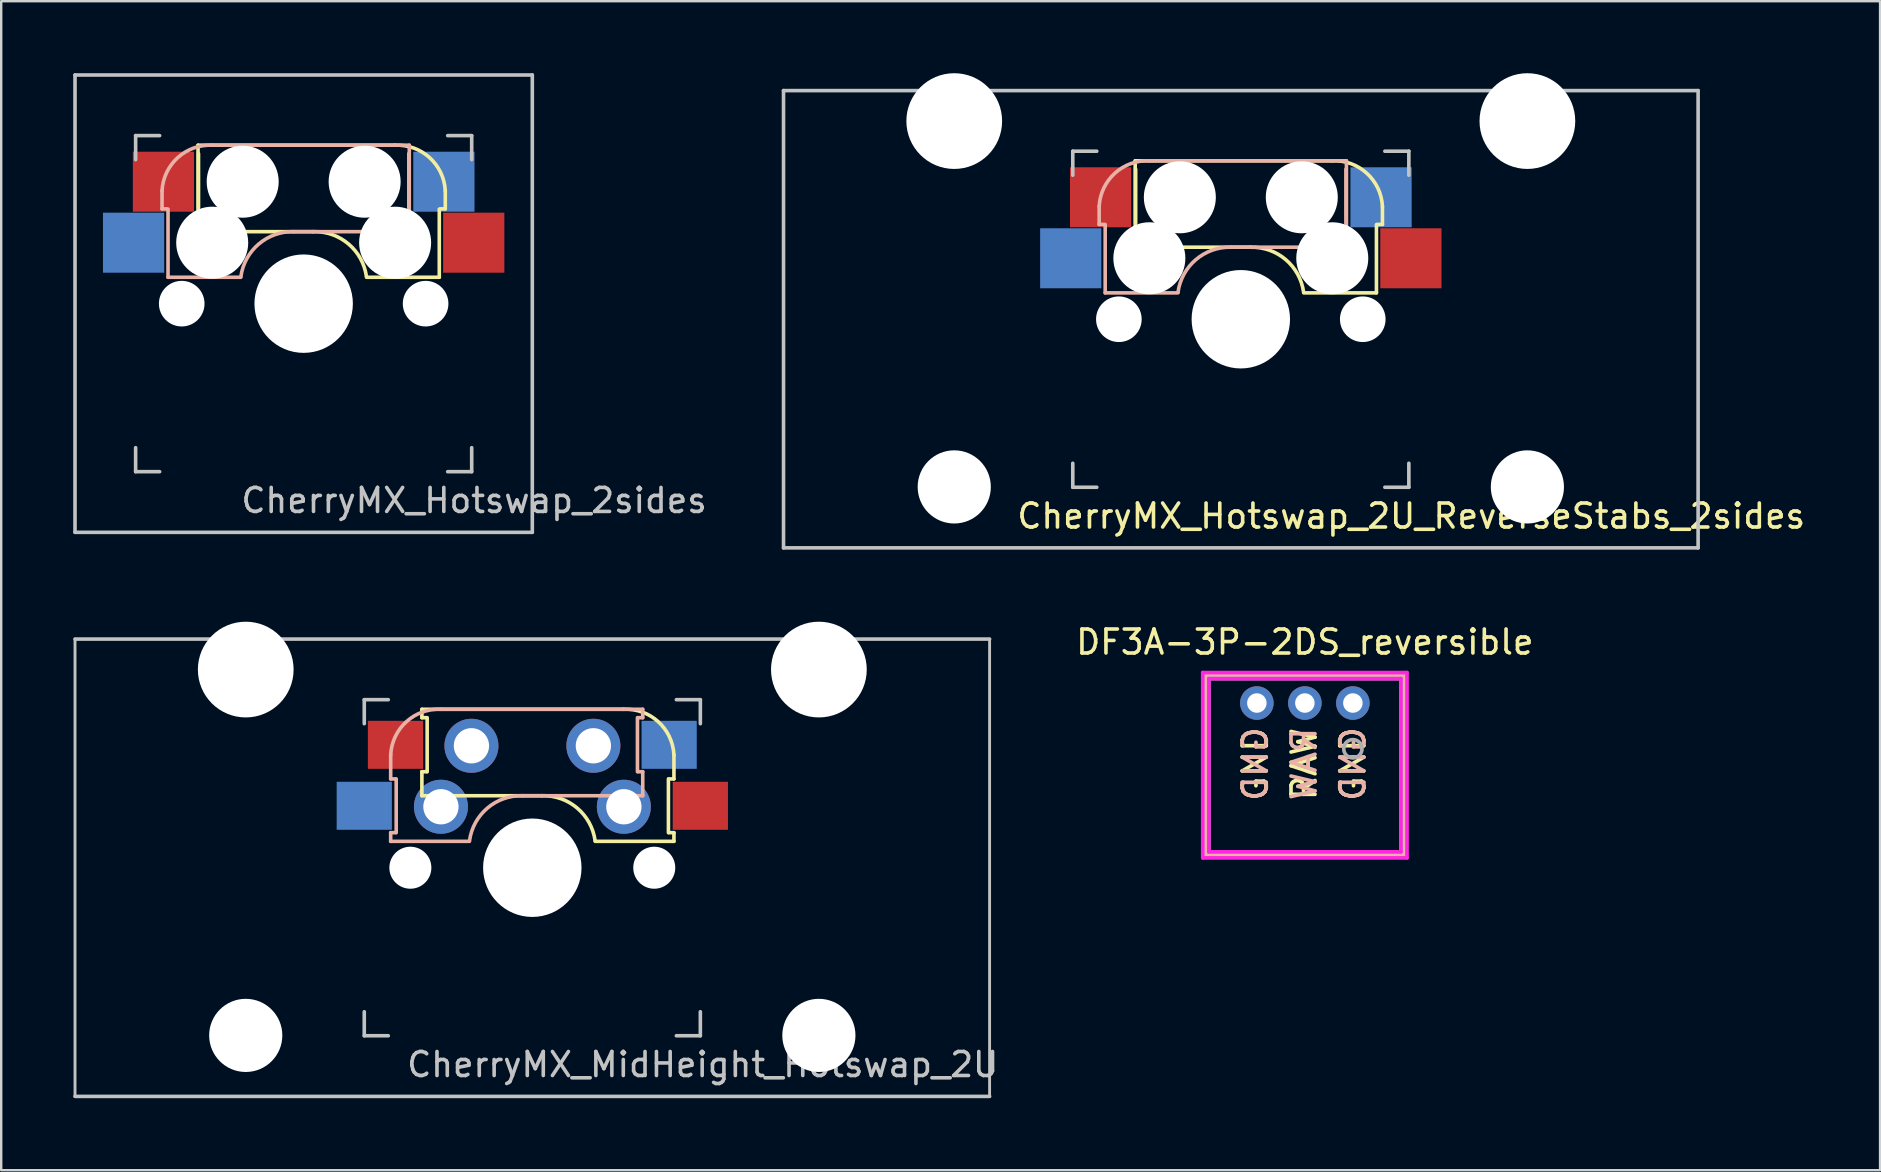
<source format=kicad_pcb>
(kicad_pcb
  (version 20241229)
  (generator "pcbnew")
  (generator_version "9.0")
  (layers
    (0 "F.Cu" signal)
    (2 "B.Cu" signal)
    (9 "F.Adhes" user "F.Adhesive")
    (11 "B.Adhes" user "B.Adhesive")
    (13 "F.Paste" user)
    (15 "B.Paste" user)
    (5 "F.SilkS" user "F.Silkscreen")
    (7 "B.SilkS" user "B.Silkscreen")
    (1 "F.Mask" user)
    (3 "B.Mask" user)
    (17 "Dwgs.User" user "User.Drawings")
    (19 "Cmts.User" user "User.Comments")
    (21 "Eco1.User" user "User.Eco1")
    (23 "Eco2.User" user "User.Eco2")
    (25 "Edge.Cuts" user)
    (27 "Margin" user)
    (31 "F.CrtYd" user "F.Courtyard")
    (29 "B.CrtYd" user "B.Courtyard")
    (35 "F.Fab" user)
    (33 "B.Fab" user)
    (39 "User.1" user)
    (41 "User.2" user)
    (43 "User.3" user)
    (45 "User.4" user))
  (footprint "CherryMX_MidHeight_Hotswap_2U"
    (layer "F.Cu")
    (at 19.125 33.098)
    (property "Reference" "CherryMX_MidHeight_Hotswap_2U" (at 7.1 8.2 0) (layer "Dwgs.User") (effects (font (size 1 1) (thickness 0.15))))
    (attr through_hole)
    (fp_line (start -4.6 -6.6) (end 3.8 -6.6) (stroke (width 0.15) (type solid)) (layer "F.SilkS"))
    (fp_line (start -4.6 -6.25) (end -4.6 -6.6) (stroke (width 0.15) (type solid)) (layer "F.SilkS"))
    (fp_line (start -4.6 -4) (end -4.4 -4) (stroke (width 0.15) (type solid)) (layer "F.SilkS"))
    (fp_line (start -4.6 -3) (end -4.6 -4) (stroke (width 0.15) (type solid)) (layer "F.SilkS"))
    (fp_line (start -4.4 -6.25) (end -4.6 -6.25) (stroke (width 0.15) (type solid)) (layer "F.SilkS"))
    (fp_line (start -4.38 -4) (end -4.38 -6.25) (stroke (width 0.15) (type solid)) (layer "F.SilkS"))
    (fp_line (start 0.4 -3) (end -4.6 -3) (stroke (width 0.15) (type solid)) (layer "F.SilkS"))
    (fp_line (start 5.67 -3.7) (end 5.67 -1.46) (stroke (width 0.15) (type solid)) (layer "F.SilkS"))
    (fp_line (start 5.7 -1.46) (end 5.9 -1.46) (stroke (width 0.15) (type solid)) (layer "F.SilkS"))
    (fp_line (start 5.9 -4.7) (end 5.9 -3.7) (stroke (width 0.15) (type solid)) (layer "F.SilkS"))
    (fp_line (start 5.9 -3.7) (end 5.7 -3.7) (stroke (width 0.15) (type solid)) (layer "F.SilkS"))
    (fp_line (start 5.9 -1.1) (end 2.62 -1.1) (stroke (width 0.15) (type solid)) (layer "F.SilkS"))
    (fp_line (start 5.9 -1.1) (end 5.9 -1.46) (stroke (width 0.15) (type solid)) (layer "F.SilkS"))
    (fp_arc (start 0.4 -3) (mid 1.868709 -2.486118) (end 2.616318 -1.121471) (stroke (width 0.15) (type solid)) (layer "F.SilkS"))
    (fp_arc (start 3.8 -6.600001) (mid 5.243504 -6.084925) (end 5.900001 -4.7) (stroke (width 0.15) (type solid)) (layer "F.SilkS"))
    (fp_line (start -5.9 -4.7) (end -5.9 -3.7) (stroke (width 0.15) (type solid)) (layer "B.SilkS"))
    (fp_line (start -5.9 -3.7) (end -5.7 -3.7) (stroke (width 0.15) (type solid)) (layer "B.SilkS"))
    (fp_line (start -5.9 -1.1) (end -5.9 -1.46) (stroke (width 0.15) (type solid)) (layer "B.SilkS"))
    (fp_line (start -5.9 -1.1) (end -2.62 -1.1) (stroke (width 0.15) (type solid)) (layer "B.SilkS"))
    (fp_line (start -5.7 -1.46) (end -5.9 -1.46) (stroke (width 0.15) (type solid)) (layer "B.SilkS"))
    (fp_line (start -5.67 -3.7) (end -5.67 -1.46) (stroke (width 0.15) (type solid)) (layer "B.SilkS"))
    (fp_line (start -0.4 -3) (end 4.6 -3) (stroke (width 0.15) (type solid)) (layer "B.SilkS"))
    (fp_line (start 4.38 -4) (end 4.38 -6.25) (stroke (width 0.15) (type solid)) (layer "B.SilkS"))
    (fp_line (start 4.4 -6.25) (end 4.6 -6.25) (stroke (width 0.15) (type solid)) (layer "B.SilkS"))
    (fp_line (start 4.6 -6.6) (end -3.8 -6.6) (stroke (width 0.15) (type solid)) (layer "B.SilkS"))
    (fp_line (start 4.6 -6.25) (end 4.6 -6.6) (stroke (width 0.15) (type solid)) (layer "B.SilkS"))
    (fp_line (start 4.6 -4) (end 4.4 -4) (stroke (width 0.15) (type solid)) (layer "B.SilkS"))
    (fp_line (start 4.6 -3) (end 4.6 -4) (stroke (width 0.15) (type solid)) (layer "B.SilkS"))
    (fp_arc (start -5.9 -4.699999) (mid -5.243504 -6.084924) (end -3.800001 -6.6) (stroke (width 0.15) (type solid)) (layer "B.SilkS"))
    (fp_arc (start -2.616318 -1.121471) (mid -1.868709 -2.486118) (end -0.4 -3) (stroke (width 0.15) (type solid)) (layer "B.SilkS"))
    (fp_line (start -19.05 -9.525) (end -19.05 9.525) (stroke (width 0.12) (type solid)) (layer "Dwgs.User"))
    (fp_line (start -19.05 -9.525) (end 19.05 -9.525) (stroke (width 0.15) (type solid)) (layer "Dwgs.User"))
    (fp_line (start -7 -7) (end -6 -7) (stroke (width 0.15) (type solid)) (layer "Dwgs.User"))
    (fp_line (start -7 -6) (end -7 -7) (stroke (width 0.15) (type solid)) (layer "Dwgs.User"))
    (fp_line (start -7 6) (end -7 7) (stroke (width 0.15) (type solid)) (layer "Dwgs.User"))
    (fp_line (start -7 7) (end -6 7) (stroke (width 0.15) (type solid)) (layer "Dwgs.User"))
    (fp_line (start 6 7) (end 7 7) (stroke (width 0.15) (type solid)) (layer "Dwgs.User"))
    (fp_line (start 7 -7) (end 6 -7) (stroke (width 0.15) (type solid)) (layer "Dwgs.User"))
    (fp_line (start 7 -7) (end 7 -6) (stroke (width 0.15) (type solid)) (layer "Dwgs.User"))
    (fp_line (start 7 7) (end 7 6) (stroke (width 0.15) (type solid)) (layer "Dwgs.User"))
    (fp_line (start 19.05 -9.525) (end 19.05 9.525) (stroke (width 0.12) (type solid)) (layer "Dwgs.User"))
    (fp_line (start 19.05 9.525) (end -19.05 9.525) (stroke (width 0.15) (type solid)) (layer "Dwgs.User"))
    (pad "" np_thru_hole circle (at -11.938 -8.255) (size 3.988 3.988) (drill 3.988) (layers "*.Cu" "*.Mask"))
    (pad "" np_thru_hole circle (at -11.938 6.985) (size 3.048 3.048) (drill 3.048) (layers "*.Cu" "*.Mask"))
    (pad "" np_thru_hole circle (at -5.08 0) (size 1.75 1.75) (drill 1.75) (layers "*.Cu" "*.Mask"))
    (pad "" np_thru_hole circle (at 0 0 90) (size 4.1 4.1) (drill 4.1) (layers "*.Cu" "*.Mask"))
    (pad "" np_thru_hole circle (at 5.08 0) (size 1.75 1.75) (drill 1.75) (layers "*.Cu" "*.Mask"))
    (pad "" np_thru_hole circle (at 11.938 -8.255) (size 3.988 3.988) (drill 3.988) (layers "*.Cu" "*.Mask"))
    (pad "" np_thru_hole circle (at 11.938 6.985) (size 3.048 3.048) (drill 3.048) (layers "*.Cu" "*.Mask"))
    (pad "1" smd rect (at -7 -2.58 180) (size 2.3 2) (layers "B.Cu" "B.Mask" "B.Paste"))
    (pad "1" thru_hole circle (at -3.806 -2.54) (size 2.25 2.25) (drill 1.47) (layers "*.Cu" "B.Mask"))
    (pad "1" thru_hole circle (at 3.814 -2.54) (size 2.25 2.25) (drill 1.47) (layers "*.Cu" "B.Mask"))
    (pad "1" smd rect (at 7 -2.58 180) (size 2.3 2) (layers "F.Cu" "F.Mask" "F.Paste"))
    (pad "2" smd rect (at -5.7 -5.12 180) (size 2.3 2) (layers "F.Cu" "F.Mask" "F.Paste"))
    (pad "2" thru_hole circle (at -2.536 -5.08) (size 2.25 2.25) (drill 1.47) (layers "*.Cu" "B.Mask"))
    (pad "2" thru_hole circle (at 2.544 -5.08) (size 2.25 2.25) (drill 1.47) (layers "*.Cu" "B.Mask"))
    (pad "2" smd rect (at 5.7 -5.12 180) (size 2.3 2) (layers "B.Cu" "B.Mask" "B.Paste")))
  (footprint "DF3A-3P-2DS_reversible"
    (layer "F.Cu")
    (at 53.308 26.237)
    (property "Reference" "DF3A-3P-2DS_reversible" (at -2 -2.54 180) (layer "F.SilkS") (effects (font (size 1 1) (thickness 0.15))))
    (attr through_hole)
    (fp_line (start -6.128 -1.143) (end -6.128 6.325) (stroke (width 0.152) (type solid)) (layer "F.SilkS"))
    (fp_line (start -6.128 6.325) (end 2.127 6.325) (stroke (width 0.152) (type solid)) (layer "F.SilkS"))
    (fp_line (start 2.127 -1.143) (end -6.128 -1.143) (stroke (width 0.152) (type solid)) (layer "F.SilkS"))
    (fp_line (start 2.127 6.325) (end 2.127 -1.143) (stroke (width 0.152) (type solid)) (layer "F.SilkS"))
    (fp_line (start -6.128 -1.143) (end -6.128 6.325) (stroke (width 0.152) (type solid)) (layer "B.SilkS"))
    (fp_line (start -6.128 6.325) (end 2.127 6.325) (stroke (width 0.152) (type solid)) (layer "B.SilkS"))
    (fp_line (start 2.127 -1.143) (end -6.128 -1.143) (stroke (width 0.152) (type solid)) (layer "B.SilkS"))
    (fp_line (start 2.127 6.325) (end 2.127 -1.143) (stroke (width 0.152) (type solid)) (layer "B.SilkS"))
    (fp_line (start -6.255 -1.27) (end -6.255 6.452) (stroke (width 0.152) (type solid)) (layer "F.CrtYd"))
    (fp_line (start -6.255 6.452) (end 2.255 6.452) (stroke (width 0.152) (type solid)) (layer "F.CrtYd"))
    (fp_line (start -6 -1.016) (end -6 6.198) (stroke (width 0.152) (type solid)) (layer "F.CrtYd"))
    (fp_line (start -6 6.198) (end 2.001 6.198) (stroke (width 0.152) (type solid)) (layer "F.CrtYd"))
    (fp_line (start 2.001 -1.016) (end -6 -1.016) (stroke (width 0.152) (type solid)) (layer "F.CrtYd"))
    (fp_line (start 2.001 6.198) (end 2.001 -1.016) (stroke (width 0.152) (type solid)) (layer "F.CrtYd"))
    (fp_line (start 2.255 -1.27) (end -6.255 -1.27) (stroke (width 0.152) (type solid)) (layer "F.CrtYd"))
    (fp_line (start 2.255 6.452) (end 2.255 -1.27) (stroke (width 0.152) (type solid)) (layer "F.CrtYd"))
    (fp_line (start -6 -1.016) (end -6 6.198) (stroke (width 0.152) (type solid)) (layer "F.Fab"))
    (fp_line (start -6 6.198) (end 2.001 6.198) (stroke (width 0.152) (type solid)) (layer "F.Fab"))
    (fp_line (start 2.001 -1.016) (end -6 -1.016) (stroke (width 0.152) (type solid)) (layer "F.Fab"))
    (fp_line (start 2.001 6.198) (end 2.001 -1.016) (stroke (width 0.152) (type solid)) (layer "F.Fab"))
    (fp_circle (center 0 1.905) (end 0.381 1.905) (stroke (width 0.152) (type solid)) (fill no) (layer "F.Fab"))
    (fp_text user "GND" (at 0 2.54 90) (layer "F.SilkS") (effects (font (size 1 1) (thickness 0.153))))
    (fp_text user "GND" (at -4.064 2.54 90) (layer "F.SilkS") (effects (font (size 1 1) (thickness 0.153))))
    (fp_text user "RAW" (at -2.032 2.54 90) (layer "F.SilkS") (effects (font (size 1 1) (thickness 0.153))))
    (fp_text user "GND" (at 0 2.54 90) (layer "B.SilkS") (effects (font (size 1 1) (thickness 0.153)) (justify mirror)))
    (fp_text user "RAW" (at -2.032 2.54 90) (layer "B.SilkS") (effects (font (size 1 1) (thickness 0.153)) (justify mirror)))
    (fp_text user "GND" (at -4.064 2.54 90) (layer "B.SilkS") (effects (font (size 1 1) (thickness 0.153)) (justify mirror)))
    (pad "1" thru_hole circle (at -2 0) (size 1.397 1.397) (drill 0.813) (layers "*.Cu" "*.Mask"))
    (pad "2" thru_hole circle (at -4 0) (size 1.397 1.397) (drill 0.813) (layers "*.Cu" "*.Mask"))
    (pad "2" thru_hole circle (at 0.000001 0) (size 1.397 1.397) (drill 0.813) (layers "*.Cu" "*.Mask")))
  (footprint "CherryMX_Hotswap_2sides"
    (layer "F.Cu")
    (at 9.6 9.6)
    (property "Reference" "CherryMX_Hotswap_2sides" (at 7.1 8.2 0) (layer "Dwgs.User") (effects (font (size 1 1) (thickness 0.15))))
    (attr through_hole)
    (fp_line (start -4.4 -6.6) (end 3.8 -6.6) (stroke (width 0.15) (type solid)) (layer "F.SilkS"))
    (fp_line (start -4.4 -3) (end -4.4 -6.6) (stroke (width 0.15) (type solid)) (layer "F.SilkS"))
    (fp_line (start -4.38 -4) (end -4.38 -6.25) (stroke (width 0.15) (type solid)) (layer "F.SilkS"))
    (fp_line (start 0.4 -3) (end -4.4 -3) (stroke (width 0.15) (type solid)) (layer "F.SilkS"))
    (fp_line (start 5.65 -3.937) (end 5.65 -1.1) (stroke (width 0.15) (type solid)) (layer "F.SilkS"))
    (fp_line (start 5.65 -1.1) (end 2.62 -1.1) (stroke (width 0.15) (type solid)) (layer "F.SilkS"))
    (fp_line (start 5.9 -4.7) (end 5.9 -3.95) (stroke (width 0.15) (type solid)) (layer "F.SilkS"))
    (fp_line (start 5.9 -3.95) (end 5.7 -3.95) (stroke (width 0.15) (type solid)) (layer "F.SilkS"))
    (fp_arc (start 0.4 -3) (mid 1.868709 -2.486118) (end 2.616318 -1.121471) (stroke (width 0.15) (type solid)) (layer "F.SilkS"))
    (fp_arc (start 3.800001 -6.6) (mid 5.243504 -6.084924) (end 5.9 -4.699999) (stroke (width 0.15) (type solid)) (layer "F.SilkS"))
    (fp_line (start -5.9 -4.7) (end -5.9 -3.95) (stroke (width 0.15) (type solid)) (layer "B.SilkS"))
    (fp_line (start -5.9 -3.95) (end -5.7 -3.95) (stroke (width 0.15) (type solid)) (layer "B.SilkS"))
    (fp_line (start -5.65 -3.937) (end -5.65 -1.1) (stroke (width 0.15) (type solid)) (layer "B.SilkS"))
    (fp_line (start -5.65 -1.1) (end -2.62 -1.1) (stroke (width 0.15) (type solid)) (layer "B.SilkS"))
    (fp_line (start -0.4 -3) (end 4.4 -3) (stroke (width 0.15) (type solid)) (layer "B.SilkS"))
    (fp_line (start 4.38 -4) (end 4.38 -6.25) (stroke (width 0.15) (type solid)) (layer "B.SilkS"))
    (fp_line (start 4.4 -6.6) (end -3.8 -6.6) (stroke (width 0.15) (type solid)) (layer "B.SilkS"))
    (fp_line (start 4.4 -3) (end 4.4 -6.6) (stroke (width 0.15) (type solid)) (layer "B.SilkS"))
    (fp_arc (start -5.9 -4.699999) (mid -5.243504 -6.084924) (end -3.800001 -6.6) (stroke (width 0.15) (type solid)) (layer "B.SilkS"))
    (fp_arc (start -2.616318 -1.121471) (mid -1.868709 -2.486118) (end -0.4 -3) (stroke (width 0.15) (type solid)) (layer "B.SilkS"))
    (fp_line (start -9.525 -9.525) (end 9.525 -9.525) (stroke (width 0.15) (type solid)) (layer "Dwgs.User"))
    (fp_line (start -9.525 9.525) (end -9.525 -9.525) (stroke (width 0.15) (type solid)) (layer "Dwgs.User"))
    (fp_line (start -7 -7) (end -6 -7) (stroke (width 0.15) (type solid)) (layer "Dwgs.User"))
    (fp_line (start -7 -6) (end -7 -7) (stroke (width 0.15) (type solid)) (layer "Dwgs.User"))
    (fp_line (start -7 6) (end -7 7) (stroke (width 0.15) (type solid)) (layer "Dwgs.User"))
    (fp_line (start -7 7) (end -6 7) (stroke (width 0.15) (type solid)) (layer "Dwgs.User"))
    (fp_line (start 6 7) (end 7 7) (stroke (width 0.15) (type solid)) (layer "Dwgs.User"))
    (fp_line (start 7 -7) (end 6 -7) (stroke (width 0.15) (type solid)) (layer "Dwgs.User"))
    (fp_line (start 7 -7) (end 7 -6) (stroke (width 0.15) (type solid)) (layer "Dwgs.User"))
    (fp_line (start 7 7) (end 7 6) (stroke (width 0.15) (type solid)) (layer "Dwgs.User"))
    (fp_line (start 9.525 -9.525) (end 9.525 9.525) (stroke (width 0.15) (type solid)) (layer "Dwgs.User"))
    (fp_line (start 9.525 9.525) (end -9.525 9.525) (stroke (width 0.15) (type solid)) (layer "Dwgs.User"))
    (pad "" np_thru_hole circle (at -5.08 0) (size 1.9 1.9) (drill 1.9) (layers "*.Cu" "*.Mask"))
    (pad "" np_thru_hole circle (at -3.81 -2.54) (size 3 3) (drill 3) (layers "*.Cu" "*.Mask"))
    (pad "" np_thru_hole circle (at -2.54 -5.08 180) (size 3 3) (drill 3) (layers "*.Cu" "*.Mask"))
    (pad "" np_thru_hole circle (at 0 0 90) (size 4.1 4.1) (drill 4.1) (layers "*.Cu" "*.Mask"))
    (pad "" np_thru_hole circle (at 2.54 -5.08) (size 3 3) (drill 3) (layers "*.Cu" "*.Mask"))
    (pad "" np_thru_hole circle (at 3.81 -2.54 180) (size 3 3) (drill 3) (layers "*.Cu" "*.Mask"))
    (pad "" np_thru_hole circle (at 5.08 0) (size 1.9 1.9) (drill 1.9) (layers "*.Cu" "*.Mask"))
    (pad "1" smd rect (at -7.085 -2.54 180) (size 2.55 2.5) (layers "B.Cu" "B.Mask" "B.Paste"))
    (pad "1" smd rect (at -5.842 -5.08) (size 2.55 2.5) (layers "F.Cu" "F.Mask" "F.Paste"))
    (pad "2" smd rect (at 5.842 -5.08 180) (size 2.55 2.5) (layers "B.Cu" "B.Mask" "B.Paste"))
    (pad "2" smd rect (at 7.085 -2.54) (size 2.55 2.5) (layers "F.Cu" "F.Mask" "F.Paste")))
  (footprint "CherryMX_Hotswap_2U_ReverseStabs_2sides"
    (layer "F.Cu")
    (at 48.64 10.249)
    (property "Reference" "CherryMX_Hotswap_2U_ReverseStabs_2sides" (at 7.1 8.2 0) (layer "F.SilkS") (effects (font (size 1 1) (thickness 0.15))))
    (attr through_hole)
    (fp_line (start -4.4 -6.6) (end 3.8 -6.6) (stroke (width 0.15) (type solid)) (layer "F.SilkS"))
    (fp_line (start -4.4 -3) (end -4.4 -6.6) (stroke (width 0.15) (type solid)) (layer "F.SilkS"))
    (fp_line (start -4.38 -4) (end -4.38 -6.25) (stroke (width 0.15) (type solid)) (layer "F.SilkS"))
    (fp_line (start 0.4 -3) (end -4.4 -3) (stroke (width 0.15) (type solid)) (layer "F.SilkS"))
    (fp_line (start 5.65 -3.937) (end 5.65 -1.1) (stroke (width 0.15) (type solid)) (layer "F.SilkS"))
    (fp_line (start 5.65 -1.1) (end 2.62 -1.1) (stroke (width 0.15) (type solid)) (layer "F.SilkS"))
    (fp_line (start 5.9 -4.7) (end 5.9 -3.95) (stroke (width 0.15) (type solid)) (layer "F.SilkS"))
    (fp_line (start 5.9 -3.95) (end 5.664 -3.95) (stroke (width 0.15) (type solid)) (layer "F.SilkS"))
    (fp_arc (start 0.4 -3) (mid 1.868709 -2.486118) (end 2.616318 -1.121471) (stroke (width 0.15) (type solid)) (layer "F.SilkS"))
    (fp_arc (start 3.800001 -6.6) (mid 5.243504 -6.084924) (end 5.9 -4.699999) (stroke (width 0.15) (type solid)) (layer "F.SilkS"))
    (fp_line (start -5.9 -4.7) (end -5.9 -3.95) (stroke (width 0.15) (type solid)) (layer "B.SilkS"))
    (fp_line (start -5.9 -3.95) (end -5.664 -3.95) (stroke (width 0.15) (type solid)) (layer "B.SilkS"))
    (fp_line (start -5.65 -3.937) (end -5.65 -1.1) (stroke (width 0.15) (type solid)) (layer "B.SilkS"))
    (fp_line (start -5.65 -1.1) (end -2.62 -1.1) (stroke (width 0.15) (type solid)) (layer "B.SilkS"))
    (fp_line (start -0.4 -3) (end 4.4 -3) (stroke (width 0.15) (type solid)) (layer "B.SilkS"))
    (fp_line (start 4.38 -4) (end 4.38 -6.25) (stroke (width 0.15) (type solid)) (layer "B.SilkS"))
    (fp_line (start 4.4 -6.6) (end -3.8 -6.6) (stroke (width 0.15) (type solid)) (layer "B.SilkS"))
    (fp_line (start 4.4 -3) (end 4.4 -6.6) (stroke (width 0.15) (type solid)) (layer "B.SilkS"))
    (fp_arc (start -5.9 -4.699999) (mid -5.243504 -6.084924) (end -3.800001 -6.6) (stroke (width 0.15) (type solid)) (layer "B.SilkS"))
    (fp_arc (start -2.616318 -1.121471) (mid -1.868709 -2.486118) (end -0.4 -3) (stroke (width 0.15) (type solid)) (layer "B.SilkS"))
    (fp_line (start -19.05 -9.525) (end 19.05 -9.525) (stroke (width 0.15) (type solid)) (layer "Dwgs.User"))
    (fp_line (start -19.05 9.525) (end -19.05 -9.525) (stroke (width 0.15) (type solid)) (layer "Dwgs.User"))
    (fp_line (start -7 -7) (end -6 -7) (stroke (width 0.15) (type solid)) (layer "Dwgs.User"))
    (fp_line (start -7 -6) (end -7 -7) (stroke (width 0.15) (type solid)) (layer "Dwgs.User"))
    (fp_line (start -7 6) (end -7 7) (stroke (width 0.15) (type solid)) (layer "Dwgs.User"))
    (fp_line (start -7 7) (end -6 7) (stroke (width 0.15) (type solid)) (layer "Dwgs.User"))
    (fp_line (start 6 7) (end 7 7) (stroke (width 0.15) (type solid)) (layer "Dwgs.User"))
    (fp_line (start 7 -7) (end 6 -7) (stroke (width 0.15) (type solid)) (layer "Dwgs.User"))
    (fp_line (start 7 -7) (end 7 -6) (stroke (width 0.15) (type solid)) (layer "Dwgs.User"))
    (fp_line (start 7 7) (end 7 6) (stroke (width 0.15) (type solid)) (layer "Dwgs.User"))
    (fp_line (start 19.05 -9.525) (end 19.05 9.525) (stroke (width 0.15) (type solid)) (layer "Dwgs.User"))
    (fp_line (start 19.05 9.525) (end -19.05 9.525) (stroke (width 0.15) (type solid)) (layer "Dwgs.User"))
    (pad "" np_thru_hole circle (at -11.938 -8.255) (size 3.988 3.988) (drill 3.988) (layers "*.Cu" "*.Mask"))
    (pad "" np_thru_hole circle (at -11.938 6.985) (size 3.048 3.048) (drill 3.048) (layers "*.Cu" "*.Mask"))
    (pad "" np_thru_hole circle (at -5.08 0) (size 1.9 1.9) (drill 1.9) (layers "*.Cu" "*.Mask"))
    (pad "" np_thru_hole circle (at -3.81 -2.54) (size 3 3) (drill 3) (layers "*.Cu" "*.Mask"))
    (pad "" np_thru_hole circle (at -2.54 -5.08 180) (size 3 3) (drill 3) (layers "*.Cu" "*.Mask"))
    (pad "" np_thru_hole circle (at 0 0 90) (size 4.1 4.1) (drill 4.1) (layers "*.Cu" "*.Mask"))
    (pad "" np_thru_hole circle (at 2.54 -5.08) (size 3 3) (drill 3) (layers "*.Cu" "*.Mask"))
    (pad "" np_thru_hole circle (at 3.81 -2.54 180) (size 3 3) (drill 3) (layers "*.Cu" "*.Mask"))
    (pad "" np_thru_hole circle (at 5.08 0) (size 1.9 1.9) (drill 1.9) (layers "*.Cu" "*.Mask"))
    (pad "" np_thru_hole circle (at 11.938 -8.255) (size 3.988 3.988) (drill 3.988) (layers "*.Cu" "*.Mask"))
    (pad "" np_thru_hole circle (at 11.938 6.985) (size 3.048 3.048) (drill 3.048) (layers "*.Cu" "*.Mask"))
    (pad "1" smd rect (at -7.085 -2.54 180) (size 2.55 2.5) (layers "B.Cu" "B.Mask" "B.Paste"))
    (pad "1" smd rect (at 7.085 -2.54) (size 2.55 2.5) (layers "F.Cu" "F.Mask" "F.Paste"))
    (pad "2" smd rect (at -5.842 -5.08) (size 2.55 2.5) (layers "F.Cu" "F.Mask" "F.Paste"))
    (pad "2" smd rect (at 5.842 -5.08 180) (size 2.55 2.5) (layers "B.Cu" "B.Mask" "B.Paste")))
  (gr_rect
    (start -3 -3)
    (end 75.27 45.698)
    (stroke (width 0.1) (type default))
    (fill no)
    (layer "Edge.Cuts")))
</source>
